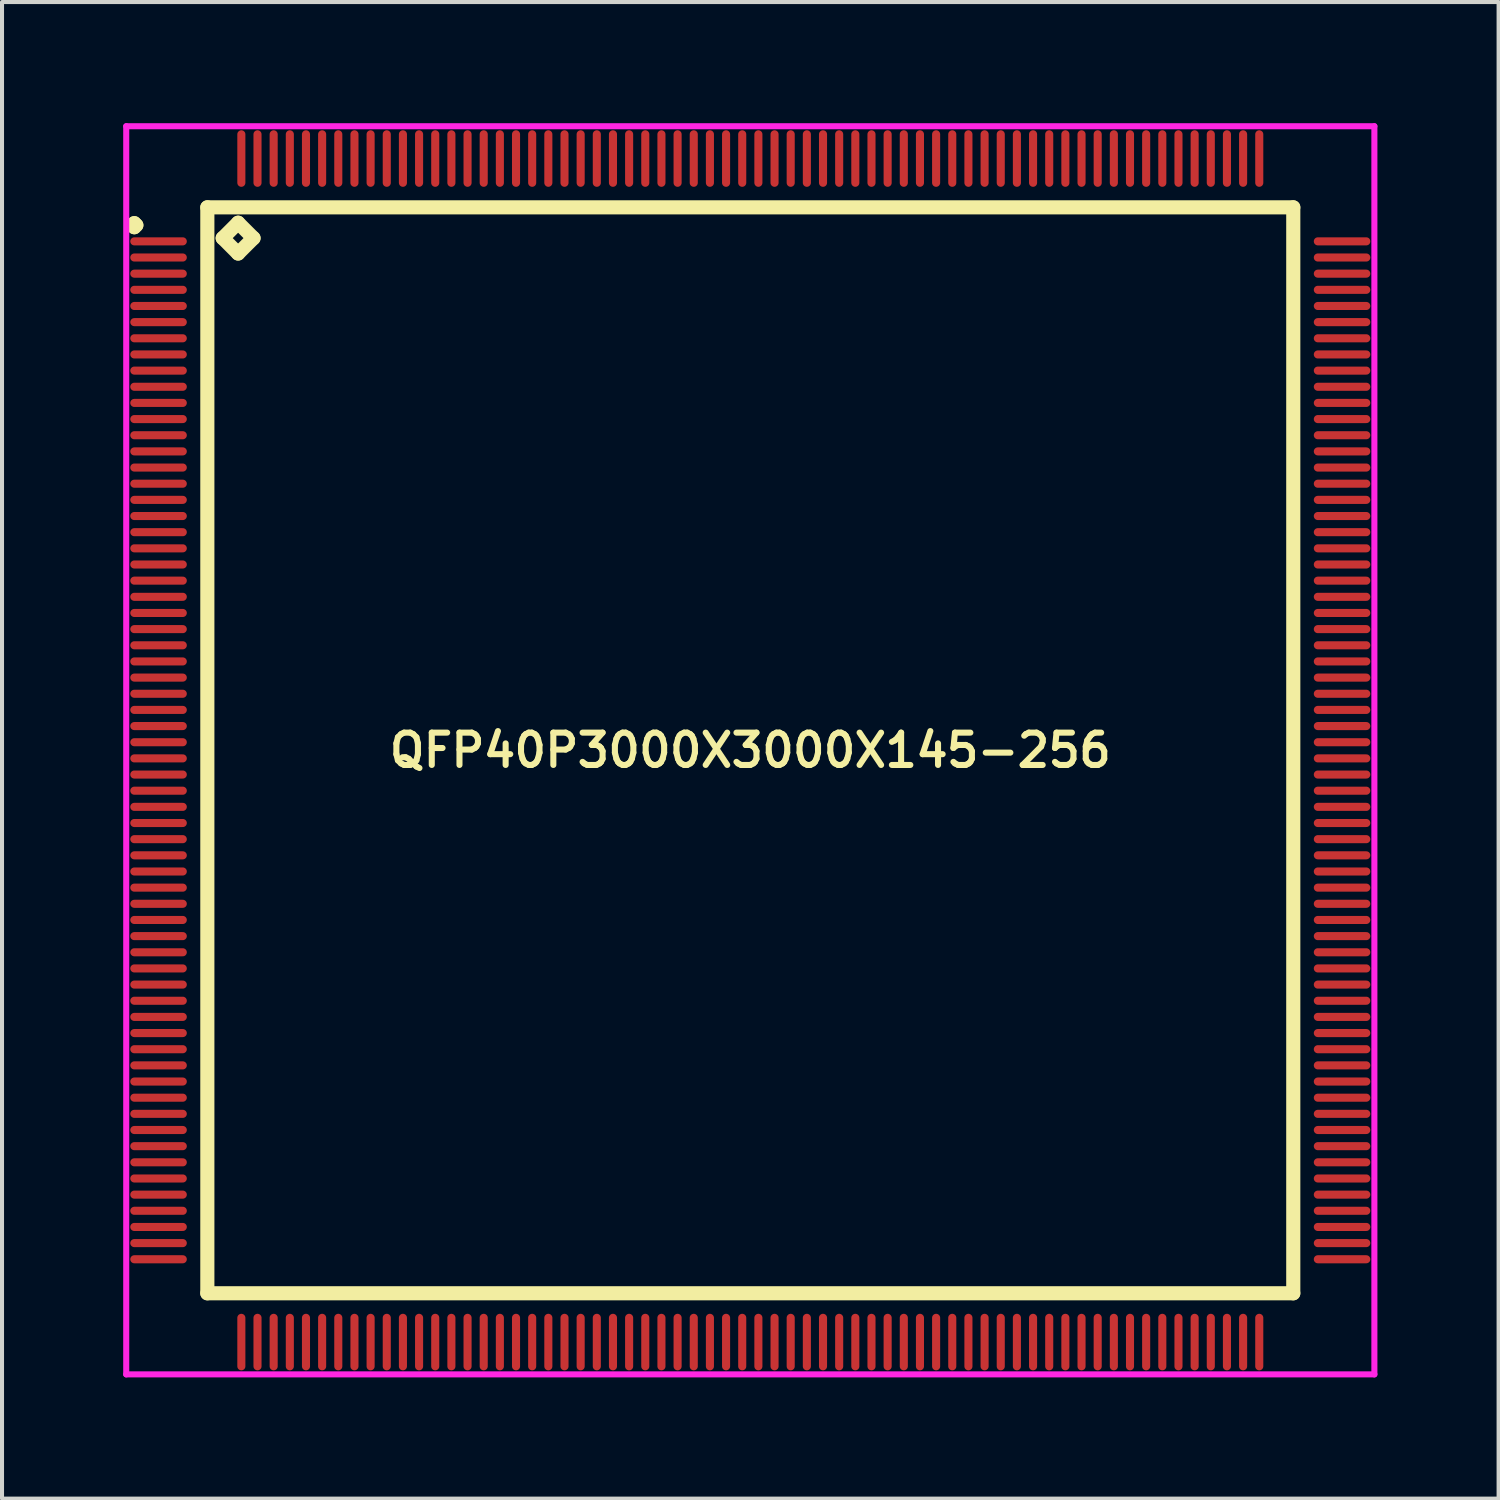
<source format=kicad_pcb>
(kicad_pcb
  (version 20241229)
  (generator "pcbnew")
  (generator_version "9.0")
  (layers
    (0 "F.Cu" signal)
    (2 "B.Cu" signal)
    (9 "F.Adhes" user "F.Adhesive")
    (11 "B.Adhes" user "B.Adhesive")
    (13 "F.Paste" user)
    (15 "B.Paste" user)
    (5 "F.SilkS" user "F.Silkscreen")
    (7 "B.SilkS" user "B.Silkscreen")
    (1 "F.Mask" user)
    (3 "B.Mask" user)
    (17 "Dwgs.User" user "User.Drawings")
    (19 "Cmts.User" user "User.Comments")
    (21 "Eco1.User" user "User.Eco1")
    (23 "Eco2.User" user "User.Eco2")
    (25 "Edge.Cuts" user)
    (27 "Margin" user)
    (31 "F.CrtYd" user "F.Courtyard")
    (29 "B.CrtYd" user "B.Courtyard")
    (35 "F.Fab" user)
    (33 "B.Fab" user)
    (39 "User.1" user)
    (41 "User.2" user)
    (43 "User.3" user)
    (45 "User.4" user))
  (footprint "QFP40P3000X3000X145-256"
    (layer "F.Cu")
    (at 15.525 15.525)
    (property "Reference" "QFP40P3000X3000X145-256" (at 0 0 0) (layer "F.SilkS") (effects (font (size 0.8 0.8) (thickness 0.15))))
    (attr through_hole)
    (fp_line (start -15.3 -13) (end -15.25 -13.05) (stroke (width 0.35) (type solid)) (layer "F.SilkS"))
    (fp_line (start -15.25 -13.05) (end -15.2 -13) (stroke (width 0.35) (type solid)) (layer "F.SilkS"))
    (fp_line (start -15.25 -12.95) (end -15.3 -13) (stroke (width 0.35) (type solid)) (layer "F.SilkS"))
    (fp_line (start -15.2 -13) (end -15.25 -12.95) (stroke (width 0.35) (type solid)) (layer "F.SilkS"))
    (fp_line (start -13.442 -13.442) (end -13.442 13.442) (stroke (width 0.35) (type solid)) (layer "F.SilkS"))
    (fp_line (start -13.442 13.442) (end 13.442 13.442) (stroke (width 0.35) (type solid)) (layer "F.SilkS"))
    (fp_line (start -13.061 -12.68) (end -12.68 -13.061) (stroke (width 0.35) (type solid)) (layer "F.SilkS"))
    (fp_line (start -12.68 -13.061) (end -12.299 -12.68) (stroke (width 0.35) (type solid)) (layer "F.SilkS"))
    (fp_line (start -12.68 -12.299) (end -13.061 -12.68) (stroke (width 0.35) (type solid)) (layer "F.SilkS"))
    (fp_line (start -12.299 -12.68) (end -12.68 -12.299) (stroke (width 0.35) (type solid)) (layer "F.SilkS"))
    (fp_line (start 13.442 -13.442) (end -13.442 -13.442) (stroke (width 0.35) (type solid)) (layer "F.SilkS"))
    (fp_line (start 13.442 13.442) (end 13.442 -13.442) (stroke (width 0.35) (type solid)) (layer "F.SilkS"))
    (fp_line (start -15.45 -15.45) (end 15.45 -15.45) (stroke (width 0.15) (type solid)) (layer "F.CrtYd"))
    (fp_line (start -15.45 15.45) (end -15.45 -15.45) (stroke (width 0.15) (type solid)) (layer "F.CrtYd"))
    (fp_line (start 15.45 -15.45) (end 15.45 15.45) (stroke (width 0.15) (type solid)) (layer "F.CrtYd"))
    (fp_line (start 15.45 15.45) (end -15.45 15.45) (stroke (width 0.15) (type solid)) (layer "F.CrtYd"))
    (pad "1" smd oval (at -14.65 -12.6) (size 1.4 0.2) (layers "F.Cu" "F.Mask" "F.Paste"))
    (pad "2" smd oval (at -14.65 -12.2) (size 1.4 0.2) (layers "F.Cu" "F.Mask" "F.Paste"))
    (pad "3" smd oval (at -14.65 -11.8) (size 1.4 0.2) (layers "F.Cu" "F.Mask" "F.Paste"))
    (pad "4" smd oval (at -14.65 -11.4) (size 1.4 0.2) (layers "F.Cu" "F.Mask" "F.Paste"))
    (pad "5" smd oval (at -14.65 -11) (size 1.4 0.2) (layers "F.Cu" "F.Mask" "F.Paste"))
    (pad "6" smd oval (at -14.65 -10.6) (size 1.4 0.2) (layers "F.Cu" "F.Mask" "F.Paste"))
    (pad "7" smd oval (at -14.65 -10.2) (size 1.4 0.2) (layers "F.Cu" "F.Mask" "F.Paste"))
    (pad "8" smd oval (at -14.65 -9.8) (size 1.4 0.2) (layers "F.Cu" "F.Mask" "F.Paste"))
    (pad "9" smd oval (at -14.65 -9.4) (size 1.4 0.2) (layers "F.Cu" "F.Mask" "F.Paste"))
    (pad "10" smd oval (at -14.65 -9) (size 1.4 0.2) (layers "F.Cu" "F.Mask" "F.Paste"))
    (pad "11" smd oval (at -14.65 -8.6) (size 1.4 0.2) (layers "F.Cu" "F.Mask" "F.Paste"))
    (pad "12" smd oval (at -14.65 -8.2) (size 1.4 0.2) (layers "F.Cu" "F.Mask" "F.Paste"))
    (pad "13" smd oval (at -14.65 -7.8) (size 1.4 0.2) (layers "F.Cu" "F.Mask" "F.Paste"))
    (pad "14" smd oval (at -14.65 -7.4) (size 1.4 0.2) (layers "F.Cu" "F.Mask" "F.Paste"))
    (pad "15" smd oval (at -14.65 -7) (size 1.4 0.2) (layers "F.Cu" "F.Mask" "F.Paste"))
    (pad "16" smd oval (at -14.65 -6.6) (size 1.4 0.2) (layers "F.Cu" "F.Mask" "F.Paste"))
    (pad "17" smd oval (at -14.65 -6.2) (size 1.4 0.2) (layers "F.Cu" "F.Mask" "F.Paste"))
    (pad "18" smd oval (at -14.65 -5.8) (size 1.4 0.2) (layers "F.Cu" "F.Mask" "F.Paste"))
    (pad "19" smd oval (at -14.65 -5.4) (size 1.4 0.2) (layers "F.Cu" "F.Mask" "F.Paste"))
    (pad "20" smd oval (at -14.65 -5) (size 1.4 0.2) (layers "F.Cu" "F.Mask" "F.Paste"))
    (pad "21" smd oval (at -14.65 -4.6) (size 1.4 0.2) (layers "F.Cu" "F.Mask" "F.Paste"))
    (pad "22" smd oval (at -14.65 -4.2) (size 1.4 0.2) (layers "F.Cu" "F.Mask" "F.Paste"))
    (pad "23" smd oval (at -14.65 -3.8) (size 1.4 0.2) (layers "F.Cu" "F.Mask" "F.Paste"))
    (pad "24" smd oval (at -14.65 -3.4) (size 1.4 0.2) (layers "F.Cu" "F.Mask" "F.Paste"))
    (pad "25" smd oval (at -14.65 -3) (size 1.4 0.2) (layers "F.Cu" "F.Mask" "F.Paste"))
    (pad "26" smd oval (at -14.65 -2.6) (size 1.4 0.2) (layers "F.Cu" "F.Mask" "F.Paste"))
    (pad "27" smd oval (at -14.65 -2.2) (size 1.4 0.2) (layers "F.Cu" "F.Mask" "F.Paste"))
    (pad "28" smd oval (at -14.65 -1.8) (size 1.4 0.2) (layers "F.Cu" "F.Mask" "F.Paste"))
    (pad "29" smd oval (at -14.65 -1.4) (size 1.4 0.2) (layers "F.Cu" "F.Mask" "F.Paste"))
    (pad "30" smd oval (at -14.65 -1) (size 1.4 0.2) (layers "F.Cu" "F.Mask" "F.Paste"))
    (pad "31" smd oval (at -14.65 -0.6) (size 1.4 0.2) (layers "F.Cu" "F.Mask" "F.Paste"))
    (pad "32" smd oval (at -14.65 -0.2) (size 1.4 0.2) (layers "F.Cu" "F.Mask" "F.Paste"))
    (pad "33" smd oval (at -14.65 0.2) (size 1.4 0.2) (layers "F.Cu" "F.Mask" "F.Paste"))
    (pad "34" smd oval (at -14.65 0.6) (size 1.4 0.2) (layers "F.Cu" "F.Mask" "F.Paste"))
    (pad "35" smd oval (at -14.65 1) (size 1.4 0.2) (layers "F.Cu" "F.Mask" "F.Paste"))
    (pad "36" smd oval (at -14.65 1.4) (size 1.4 0.2) (layers "F.Cu" "F.Mask" "F.Paste"))
    (pad "37" smd oval (at -14.65 1.8) (size 1.4 0.2) (layers "F.Cu" "F.Mask" "F.Paste"))
    (pad "38" smd oval (at -14.65 2.2) (size 1.4 0.2) (layers "F.Cu" "F.Mask" "F.Paste"))
    (pad "39" smd oval (at -14.65 2.6) (size 1.4 0.2) (layers "F.Cu" "F.Mask" "F.Paste"))
    (pad "40" smd oval (at -14.65 3) (size 1.4 0.2) (layers "F.Cu" "F.Mask" "F.Paste"))
    (pad "41" smd oval (at -14.65 3.4) (size 1.4 0.2) (layers "F.Cu" "F.Mask" "F.Paste"))
    (pad "42" smd oval (at -14.65 3.8) (size 1.4 0.2) (layers "F.Cu" "F.Mask" "F.Paste"))
    (pad "43" smd oval (at -14.65 4.2) (size 1.4 0.2) (layers "F.Cu" "F.Mask" "F.Paste"))
    (pad "44" smd oval (at -14.65 4.6) (size 1.4 0.2) (layers "F.Cu" "F.Mask" "F.Paste"))
    (pad "45" smd oval (at -14.65 5) (size 1.4 0.2) (layers "F.Cu" "F.Mask" "F.Paste"))
    (pad "46" smd oval (at -14.65 5.4) (size 1.4 0.2) (layers "F.Cu" "F.Mask" "F.Paste"))
    (pad "47" smd oval (at -14.65 5.8) (size 1.4 0.2) (layers "F.Cu" "F.Mask" "F.Paste"))
    (pad "48" smd oval (at -14.65 6.2) (size 1.4 0.2) (layers "F.Cu" "F.Mask" "F.Paste"))
    (pad "49" smd oval (at -14.65 6.6) (size 1.4 0.2) (layers "F.Cu" "F.Mask" "F.Paste"))
    (pad "50" smd oval (at -14.65 7) (size 1.4 0.2) (layers "F.Cu" "F.Mask" "F.Paste"))
    (pad "51" smd oval (at -14.65 7.4) (size 1.4 0.2) (layers "F.Cu" "F.Mask" "F.Paste"))
    (pad "52" smd oval (at -14.65 7.8) (size 1.4 0.2) (layers "F.Cu" "F.Mask" "F.Paste"))
    (pad "53" smd oval (at -14.65 8.2) (size 1.4 0.2) (layers "F.Cu" "F.Mask" "F.Paste"))
    (pad "54" smd oval (at -14.65 8.6) (size 1.4 0.2) (layers "F.Cu" "F.Mask" "F.Paste"))
    (pad "55" smd oval (at -14.65 9) (size 1.4 0.2) (layers "F.Cu" "F.Mask" "F.Paste"))
    (pad "56" smd oval (at -14.65 9.4) (size 1.4 0.2) (layers "F.Cu" "F.Mask" "F.Paste"))
    (pad "57" smd oval (at -14.65 9.8) (size 1.4 0.2) (layers "F.Cu" "F.Mask" "F.Paste"))
    (pad "58" smd oval (at -14.65 10.2) (size 1.4 0.2) (layers "F.Cu" "F.Mask" "F.Paste"))
    (pad "59" smd oval (at -14.65 10.6) (size 1.4 0.2) (layers "F.Cu" "F.Mask" "F.Paste"))
    (pad "60" smd oval (at -14.65 11) (size 1.4 0.2) (layers "F.Cu" "F.Mask" "F.Paste"))
    (pad "61" smd oval (at -14.65 11.4) (size 1.4 0.2) (layers "F.Cu" "F.Mask" "F.Paste"))
    (pad "62" smd oval (at -14.65 11.8) (size 1.4 0.2) (layers "F.Cu" "F.Mask" "F.Paste"))
    (pad "63" smd oval (at -14.65 12.2) (size 1.4 0.2) (layers "F.Cu" "F.Mask" "F.Paste"))
    (pad "64" smd oval (at -14.65 12.6) (size 1.4 0.2) (layers "F.Cu" "F.Mask" "F.Paste"))
    (pad "65" smd oval (at -12.6 14.65) (size 0.2 1.4) (layers "F.Cu" "F.Mask" "F.Paste"))
    (pad "66" smd oval (at -12.2 14.65) (size 0.2 1.4) (layers "F.Cu" "F.Mask" "F.Paste"))
    (pad "67" smd oval (at -11.8 14.65) (size 0.2 1.4) (layers "F.Cu" "F.Mask" "F.Paste"))
    (pad "68" smd oval (at -11.4 14.65) (size 0.2 1.4) (layers "F.Cu" "F.Mask" "F.Paste"))
    (pad "69" smd oval (at -11 14.65) (size 0.2 1.4) (layers "F.Cu" "F.Mask" "F.Paste"))
    (pad "70" smd oval (at -10.6 14.65) (size 0.2 1.4) (layers "F.Cu" "F.Mask" "F.Paste"))
    (pad "71" smd oval (at -10.2 14.65) (size 0.2 1.4) (layers "F.Cu" "F.Mask" "F.Paste"))
    (pad "72" smd oval (at -9.8 14.65) (size 0.2 1.4) (layers "F.Cu" "F.Mask" "F.Paste"))
    (pad "73" smd oval (at -9.4 14.65) (size 0.2 1.4) (layers "F.Cu" "F.Mask" "F.Paste"))
    (pad "74" smd oval (at -9 14.65) (size 0.2 1.4) (layers "F.Cu" "F.Mask" "F.Paste"))
    (pad "75" smd oval (at -8.6 14.65) (size 0.2 1.4) (layers "F.Cu" "F.Mask" "F.Paste"))
    (pad "76" smd oval (at -8.2 14.65) (size 0.2 1.4) (layers "F.Cu" "F.Mask" "F.Paste"))
    (pad "77" smd oval (at -7.8 14.65) (size 0.2 1.4) (layers "F.Cu" "F.Mask" "F.Paste"))
    (pad "78" smd oval (at -7.4 14.65) (size 0.2 1.4) (layers "F.Cu" "F.Mask" "F.Paste"))
    (pad "79" smd oval (at -7 14.65) (size 0.2 1.4) (layers "F.Cu" "F.Mask" "F.Paste"))
    (pad "80" smd oval (at -6.6 14.65) (size 0.2 1.4) (layers "F.Cu" "F.Mask" "F.Paste"))
    (pad "81" smd oval (at -6.2 14.65) (size 0.2 1.4) (layers "F.Cu" "F.Mask" "F.Paste"))
    (pad "82" smd oval (at -5.8 14.65) (size 0.2 1.4) (layers "F.Cu" "F.Mask" "F.Paste"))
    (pad "83" smd oval (at -5.4 14.65) (size 0.2 1.4) (layers "F.Cu" "F.Mask" "F.Paste"))
    (pad "84" smd oval (at -5 14.65) (size 0.2 1.4) (layers "F.Cu" "F.Mask" "F.Paste"))
    (pad "85" smd oval (at -4.6 14.65) (size 0.2 1.4) (layers "F.Cu" "F.Mask" "F.Paste"))
    (pad "86" smd oval (at -4.2 14.65) (size 0.2 1.4) (layers "F.Cu" "F.Mask" "F.Paste"))
    (pad "87" smd oval (at -3.8 14.65) (size 0.2 1.4) (layers "F.Cu" "F.Mask" "F.Paste"))
    (pad "88" smd oval (at -3.4 14.65) (size 0.2 1.4) (layers "F.Cu" "F.Mask" "F.Paste"))
    (pad "89" smd oval (at -3 14.65) (size 0.2 1.4) (layers "F.Cu" "F.Mask" "F.Paste"))
    (pad "90" smd oval (at -2.6 14.65) (size 0.2 1.4) (layers "F.Cu" "F.Mask" "F.Paste"))
    (pad "91" smd oval (at -2.2 14.65) (size 0.2 1.4) (layers "F.Cu" "F.Mask" "F.Paste"))
    (pad "92" smd oval (at -1.8 14.65) (size 0.2 1.4) (layers "F.Cu" "F.Mask" "F.Paste"))
    (pad "93" smd oval (at -1.4 14.65) (size 0.2 1.4) (layers "F.Cu" "F.Mask" "F.Paste"))
    (pad "94" smd oval (at -1 14.65) (size 0.2 1.4) (layers "F.Cu" "F.Mask" "F.Paste"))
    (pad "95" smd oval (at -0.6 14.65) (size 0.2 1.4) (layers "F.Cu" "F.Mask" "F.Paste"))
    (pad "96" smd oval (at -0.2 14.65) (size 0.2 1.4) (layers "F.Cu" "F.Mask" "F.Paste"))
    (pad "97" smd oval (at 0.2 14.65) (size 0.2 1.4) (layers "F.Cu" "F.Mask" "F.Paste"))
    (pad "98" smd oval (at 0.6 14.65) (size 0.2 1.4) (layers "F.Cu" "F.Mask" "F.Paste"))
    (pad "99" smd oval (at 1 14.65) (size 0.2 1.4) (layers "F.Cu" "F.Mask" "F.Paste"))
    (pad "100" smd oval (at 1.4 14.65) (size 0.2 1.4) (layers "F.Cu" "F.Mask" "F.Paste"))
    (pad "101" smd oval (at 1.8 14.65) (size 0.2 1.4) (layers "F.Cu" "F.Mask" "F.Paste"))
    (pad "102" smd oval (at 2.2 14.65) (size 0.2 1.4) (layers "F.Cu" "F.Mask" "F.Paste"))
    (pad "103" smd oval (at 2.6 14.65) (size 0.2 1.4) (layers "F.Cu" "F.Mask" "F.Paste"))
    (pad "104" smd oval (at 3 14.65) (size 0.2 1.4) (layers "F.Cu" "F.Mask" "F.Paste"))
    (pad "105" smd oval (at 3.4 14.65) (size 0.2 1.4) (layers "F.Cu" "F.Mask" "F.Paste"))
    (pad "106" smd oval (at 3.8 14.65) (size 0.2 1.4) (layers "F.Cu" "F.Mask" "F.Paste"))
    (pad "107" smd oval (at 4.2 14.65) (size 0.2 1.4) (layers "F.Cu" "F.Mask" "F.Paste"))
    (pad "108" smd oval (at 4.6 14.65) (size 0.2 1.4) (layers "F.Cu" "F.Mask" "F.Paste"))
    (pad "109" smd oval (at 5 14.65) (size 0.2 1.4) (layers "F.Cu" "F.Mask" "F.Paste"))
    (pad "110" smd oval (at 5.4 14.65) (size 0.2 1.4) (layers "F.Cu" "F.Mask" "F.Paste"))
    (pad "111" smd oval (at 5.8 14.65) (size 0.2 1.4) (layers "F.Cu" "F.Mask" "F.Paste"))
    (pad "112" smd oval (at 6.2 14.65) (size 0.2 1.4) (layers "F.Cu" "F.Mask" "F.Paste"))
    (pad "113" smd oval (at 6.6 14.65) (size 0.2 1.4) (layers "F.Cu" "F.Mask" "F.Paste"))
    (pad "114" smd oval (at 7 14.65) (size 0.2 1.4) (layers "F.Cu" "F.Mask" "F.Paste"))
    (pad "115" smd oval (at 7.4 14.65) (size 0.2 1.4) (layers "F.Cu" "F.Mask" "F.Paste"))
    (pad "116" smd oval (at 7.8 14.65) (size 0.2 1.4) (layers "F.Cu" "F.Mask" "F.Paste"))
    (pad "117" smd oval (at 8.2 14.65) (size 0.2 1.4) (layers "F.Cu" "F.Mask" "F.Paste"))
    (pad "118" smd oval (at 8.6 14.65) (size 0.2 1.4) (layers "F.Cu" "F.Mask" "F.Paste"))
    (pad "119" smd oval (at 9 14.65) (size 0.2 1.4) (layers "F.Cu" "F.Mask" "F.Paste"))
    (pad "120" smd oval (at 9.4 14.65) (size 0.2 1.4) (layers "F.Cu" "F.Mask" "F.Paste"))
    (pad "121" smd oval (at 9.8 14.65) (size 0.2 1.4) (layers "F.Cu" "F.Mask" "F.Paste"))
    (pad "122" smd oval (at 10.2 14.65) (size 0.2 1.4) (layers "F.Cu" "F.Mask" "F.Paste"))
    (pad "123" smd oval (at 10.6 14.65) (size 0.2 1.4) (layers "F.Cu" "F.Mask" "F.Paste"))
    (pad "124" smd oval (at 11 14.65) (size 0.2 1.4) (layers "F.Cu" "F.Mask" "F.Paste"))
    (pad "125" smd oval (at 11.4 14.65) (size 0.2 1.4) (layers "F.Cu" "F.Mask" "F.Paste"))
    (pad "126" smd oval (at 11.8 14.65) (size 0.2 1.4) (layers "F.Cu" "F.Mask" "F.Paste"))
    (pad "127" smd oval (at 12.2 14.65) (size 0.2 1.4) (layers "F.Cu" "F.Mask" "F.Paste"))
    (pad "128" smd oval (at 12.6 14.65) (size 0.2 1.4) (layers "F.Cu" "F.Mask" "F.Paste"))
    (pad "129" smd oval (at 14.65 12.6) (size 1.4 0.2) (layers "F.Cu" "F.Mask" "F.Paste"))
    (pad "130" smd oval (at 14.65 12.2) (size 1.4 0.2) (layers "F.Cu" "F.Mask" "F.Paste"))
    (pad "131" smd oval (at 14.65 11.8) (size 1.4 0.2) (layers "F.Cu" "F.Mask" "F.Paste"))
    (pad "132" smd oval (at 14.65 11.4) (size 1.4 0.2) (layers "F.Cu" "F.Mask" "F.Paste"))
    (pad "133" smd oval (at 14.65 11) (size 1.4 0.2) (layers "F.Cu" "F.Mask" "F.Paste"))
    (pad "134" smd oval (at 14.65 10.6) (size 1.4 0.2) (layers "F.Cu" "F.Mask" "F.Paste"))
    (pad "135" smd oval (at 14.65 10.2) (size 1.4 0.2) (layers "F.Cu" "F.Mask" "F.Paste"))
    (pad "136" smd oval (at 14.65 9.8) (size 1.4 0.2) (layers "F.Cu" "F.Mask" "F.Paste"))
    (pad "137" smd oval (at 14.65 9.4) (size 1.4 0.2) (layers "F.Cu" "F.Mask" "F.Paste"))
    (pad "138" smd oval (at 14.65 9) (size 1.4 0.2) (layers "F.Cu" "F.Mask" "F.Paste"))
    (pad "139" smd oval (at 14.65 8.6) (size 1.4 0.2) (layers "F.Cu" "F.Mask" "F.Paste"))
    (pad "140" smd oval (at 14.65 8.2) (size 1.4 0.2) (layers "F.Cu" "F.Mask" "F.Paste"))
    (pad "141" smd oval (at 14.65 7.8) (size 1.4 0.2) (layers "F.Cu" "F.Mask" "F.Paste"))
    (pad "142" smd oval (at 14.65 7.4) (size 1.4 0.2) (layers "F.Cu" "F.Mask" "F.Paste"))
    (pad "143" smd oval (at 14.65 7) (size 1.4 0.2) (layers "F.Cu" "F.Mask" "F.Paste"))
    (pad "144" smd oval (at 14.65 6.6) (size 1.4 0.2) (layers "F.Cu" "F.Mask" "F.Paste"))
    (pad "145" smd oval (at 14.65 6.2) (size 1.4 0.2) (layers "F.Cu" "F.Mask" "F.Paste"))
    (pad "146" smd oval (at 14.65 5.8) (size 1.4 0.2) (layers "F.Cu" "F.Mask" "F.Paste"))
    (pad "147" smd oval (at 14.65 5.4) (size 1.4 0.2) (layers "F.Cu" "F.Mask" "F.Paste"))
    (pad "148" smd oval (at 14.65 5) (size 1.4 0.2) (layers "F.Cu" "F.Mask" "F.Paste"))
    (pad "149" smd oval (at 14.65 4.6) (size 1.4 0.2) (layers "F.Cu" "F.Mask" "F.Paste"))
    (pad "150" smd oval (at 14.65 4.2) (size 1.4 0.2) (layers "F.Cu" "F.Mask" "F.Paste"))
    (pad "151" smd oval (at 14.65 3.8) (size 1.4 0.2) (layers "F.Cu" "F.Mask" "F.Paste"))
    (pad "152" smd oval (at 14.65 3.4) (size 1.4 0.2) (layers "F.Cu" "F.Mask" "F.Paste"))
    (pad "153" smd oval (at 14.65 3) (size 1.4 0.2) (layers "F.Cu" "F.Mask" "F.Paste"))
    (pad "154" smd oval (at 14.65 2.6) (size 1.4 0.2) (layers "F.Cu" "F.Mask" "F.Paste"))
    (pad "155" smd oval (at 14.65 2.2) (size 1.4 0.2) (layers "F.Cu" "F.Mask" "F.Paste"))
    (pad "156" smd oval (at 14.65 1.8) (size 1.4 0.2) (layers "F.Cu" "F.Mask" "F.Paste"))
    (pad "157" smd oval (at 14.65 1.4) (size 1.4 0.2) (layers "F.Cu" "F.Mask" "F.Paste"))
    (pad "158" smd oval (at 14.65 1) (size 1.4 0.2) (layers "F.Cu" "F.Mask" "F.Paste"))
    (pad "159" smd oval (at 14.65 0.6) (size 1.4 0.2) (layers "F.Cu" "F.Mask" "F.Paste"))
    (pad "160" smd oval (at 14.65 0.2) (size 1.4 0.2) (layers "F.Cu" "F.Mask" "F.Paste"))
    (pad "161" smd oval (at 14.65 -0.2) (size 1.4 0.2) (layers "F.Cu" "F.Mask" "F.Paste"))
    (pad "162" smd oval (at 14.65 -0.6) (size 1.4 0.2) (layers "F.Cu" "F.Mask" "F.Paste"))
    (pad "163" smd oval (at 14.65 -1) (size 1.4 0.2) (layers "F.Cu" "F.Mask" "F.Paste"))
    (pad "164" smd oval (at 14.65 -1.4) (size 1.4 0.2) (layers "F.Cu" "F.Mask" "F.Paste"))
    (pad "165" smd oval (at 14.65 -1.8) (size 1.4 0.2) (layers "F.Cu" "F.Mask" "F.Paste"))
    (pad "166" smd oval (at 14.65 -2.2) (size 1.4 0.2) (layers "F.Cu" "F.Mask" "F.Paste"))
    (pad "167" smd oval (at 14.65 -2.6) (size 1.4 0.2) (layers "F.Cu" "F.Mask" "F.Paste"))
    (pad "168" smd oval (at 14.65 -3) (size 1.4 0.2) (layers "F.Cu" "F.Mask" "F.Paste"))
    (pad "169" smd oval (at 14.65 -3.4) (size 1.4 0.2) (layers "F.Cu" "F.Mask" "F.Paste"))
    (pad "170" smd oval (at 14.65 -3.8) (size 1.4 0.2) (layers "F.Cu" "F.Mask" "F.Paste"))
    (pad "171" smd oval (at 14.65 -4.2) (size 1.4 0.2) (layers "F.Cu" "F.Mask" "F.Paste"))
    (pad "172" smd oval (at 14.65 -4.6) (size 1.4 0.2) (layers "F.Cu" "F.Mask" "F.Paste"))
    (pad "173" smd oval (at 14.65 -5) (size 1.4 0.2) (layers "F.Cu" "F.Mask" "F.Paste"))
    (pad "174" smd oval (at 14.65 -5.4) (size 1.4 0.2) (layers "F.Cu" "F.Mask" "F.Paste"))
    (pad "175" smd oval (at 14.65 -5.8) (size 1.4 0.2) (layers "F.Cu" "F.Mask" "F.Paste"))
    (pad "176" smd oval (at 14.65 -6.2) (size 1.4 0.2) (layers "F.Cu" "F.Mask" "F.Paste"))
    (pad "177" smd oval (at 14.65 -6.6) (size 1.4 0.2) (layers "F.Cu" "F.Mask" "F.Paste"))
    (pad "178" smd oval (at 14.65 -7) (size 1.4 0.2) (layers "F.Cu" "F.Mask" "F.Paste"))
    (pad "179" smd oval (at 14.65 -7.4) (size 1.4 0.2) (layers "F.Cu" "F.Mask" "F.Paste"))
    (pad "180" smd oval (at 14.65 -7.8) (size 1.4 0.2) (layers "F.Cu" "F.Mask" "F.Paste"))
    (pad "181" smd oval (at 14.65 -8.2) (size 1.4 0.2) (layers "F.Cu" "F.Mask" "F.Paste"))
    (pad "182" smd oval (at 14.65 -8.6) (size 1.4 0.2) (layers "F.Cu" "F.Mask" "F.Paste"))
    (pad "183" smd oval (at 14.65 -9) (size 1.4 0.2) (layers "F.Cu" "F.Mask" "F.Paste"))
    (pad "184" smd oval (at 14.65 -9.4) (size 1.4 0.2) (layers "F.Cu" "F.Mask" "F.Paste"))
    (pad "185" smd oval (at 14.65 -9.8) (size 1.4 0.2) (layers "F.Cu" "F.Mask" "F.Paste"))
    (pad "186" smd oval (at 14.65 -10.2) (size 1.4 0.2) (layers "F.Cu" "F.Mask" "F.Paste"))
    (pad "187" smd oval (at 14.65 -10.6) (size 1.4 0.2) (layers "F.Cu" "F.Mask" "F.Paste"))
    (pad "188" smd oval (at 14.65 -11) (size 1.4 0.2) (layers "F.Cu" "F.Mask" "F.Paste"))
    (pad "189" smd oval (at 14.65 -11.4) (size 1.4 0.2) (layers "F.Cu" "F.Mask" "F.Paste"))
    (pad "190" smd oval (at 14.65 -11.8) (size 1.4 0.2) (layers "F.Cu" "F.Mask" "F.Paste"))
    (pad "191" smd oval (at 14.65 -12.2) (size 1.4 0.2) (layers "F.Cu" "F.Mask" "F.Paste"))
    (pad "192" smd oval (at 14.65 -12.6) (size 1.4 0.2) (layers "F.Cu" "F.Mask" "F.Paste"))
    (pad "193" smd oval (at 12.6 -14.65) (size 0.2 1.4) (layers "F.Cu" "F.Mask" "F.Paste"))
    (pad "194" smd oval (at 12.2 -14.65) (size 0.2 1.4) (layers "F.Cu" "F.Mask" "F.Paste"))
    (pad "195" smd oval (at 11.8 -14.65) (size 0.2 1.4) (layers "F.Cu" "F.Mask" "F.Paste"))
    (pad "196" smd oval (at 11.4 -14.65) (size 0.2 1.4) (layers "F.Cu" "F.Mask" "F.Paste"))
    (pad "197" smd oval (at 11 -14.65) (size 0.2 1.4) (layers "F.Cu" "F.Mask" "F.Paste"))
    (pad "198" smd oval (at 10.6 -14.65) (size 0.2 1.4) (layers "F.Cu" "F.Mask" "F.Paste"))
    (pad "199" smd oval (at 10.2 -14.65) (size 0.2 1.4) (layers "F.Cu" "F.Mask" "F.Paste"))
    (pad "200" smd oval (at 9.8 -14.65) (size 0.2 1.4) (layers "F.Cu" "F.Mask" "F.Paste"))
    (pad "201" smd oval (at 9.4 -14.65) (size 0.2 1.4) (layers "F.Cu" "F.Mask" "F.Paste"))
    (pad "202" smd oval (at 9 -14.65) (size 0.2 1.4) (layers "F.Cu" "F.Mask" "F.Paste"))
    (pad "203" smd oval (at 8.6 -14.65) (size 0.2 1.4) (layers "F.Cu" "F.Mask" "F.Paste"))
    (pad "204" smd oval (at 8.2 -14.65) (size 0.2 1.4) (layers "F.Cu" "F.Mask" "F.Paste"))
    (pad "205" smd oval (at 7.8 -14.65) (size 0.2 1.4) (layers "F.Cu" "F.Mask" "F.Paste"))
    (pad "206" smd oval (at 7.4 -14.65) (size 0.2 1.4) (layers "F.Cu" "F.Mask" "F.Paste"))
    (pad "207" smd oval (at 7 -14.65) (size 0.2 1.4) (layers "F.Cu" "F.Mask" "F.Paste"))
    (pad "208" smd oval (at 6.6 -14.65) (size 0.2 1.4) (layers "F.Cu" "F.Mask" "F.Paste"))
    (pad "209" smd oval (at 6.2 -14.65) (size 0.2 1.4) (layers "F.Cu" "F.Mask" "F.Paste"))
    (pad "210" smd oval (at 5.8 -14.65) (size 0.2 1.4) (layers "F.Cu" "F.Mask" "F.Paste"))
    (pad "211" smd oval (at 5.4 -14.65) (size 0.2 1.4) (layers "F.Cu" "F.Mask" "F.Paste"))
    (pad "212" smd oval (at 5 -14.65) (size 0.2 1.4) (layers "F.Cu" "F.Mask" "F.Paste"))
    (pad "213" smd oval (at 4.6 -14.65) (size 0.2 1.4) (layers "F.Cu" "F.Mask" "F.Paste"))
    (pad "214" smd oval (at 4.2 -14.65) (size 0.2 1.4) (layers "F.Cu" "F.Mask" "F.Paste"))
    (pad "215" smd oval (at 3.8 -14.65) (size 0.2 1.4) (layers "F.Cu" "F.Mask" "F.Paste"))
    (pad "216" smd oval (at 3.4 -14.65) (size 0.2 1.4) (layers "F.Cu" "F.Mask" "F.Paste"))
    (pad "217" smd oval (at 3 -14.65) (size 0.2 1.4) (layers "F.Cu" "F.Mask" "F.Paste"))
    (pad "218" smd oval (at 2.6 -14.65) (size 0.2 1.4) (layers "F.Cu" "F.Mask" "F.Paste"))
    (pad "219" smd oval (at 2.2 -14.65) (size 0.2 1.4) (layers "F.Cu" "F.Mask" "F.Paste"))
    (pad "220" smd oval (at 1.8 -14.65) (size 0.2 1.4) (layers "F.Cu" "F.Mask" "F.Paste"))
    (pad "221" smd oval (at 1.4 -14.65) (size 0.2 1.4) (layers "F.Cu" "F.Mask" "F.Paste"))
    (pad "222" smd oval (at 1 -14.65) (size 0.2 1.4) (layers "F.Cu" "F.Mask" "F.Paste"))
    (pad "223" smd oval (at 0.6 -14.65) (size 0.2 1.4) (layers "F.Cu" "F.Mask" "F.Paste"))
    (pad "224" smd oval (at 0.2 -14.65) (size 0.2 1.4) (layers "F.Cu" "F.Mask" "F.Paste"))
    (pad "225" smd oval (at -0.2 -14.65) (size 0.2 1.4) (layers "F.Cu" "F.Mask" "F.Paste"))
    (pad "226" smd oval (at -0.6 -14.65) (size 0.2 1.4) (layers "F.Cu" "F.Mask" "F.Paste"))
    (pad "227" smd oval (at -1 -14.65) (size 0.2 1.4) (layers "F.Cu" "F.Mask" "F.Paste"))
    (pad "228" smd oval (at -1.4 -14.65) (size 0.2 1.4) (layers "F.Cu" "F.Mask" "F.Paste"))
    (pad "229" smd oval (at -1.8 -14.65) (size 0.2 1.4) (layers "F.Cu" "F.Mask" "F.Paste"))
    (pad "230" smd oval (at -2.2 -14.65) (size 0.2 1.4) (layers "F.Cu" "F.Mask" "F.Paste"))
    (pad "231" smd oval (at -2.6 -14.65) (size 0.2 1.4) (layers "F.Cu" "F.Mask" "F.Paste"))
    (pad "232" smd oval (at -3 -14.65) (size 0.2 1.4) (layers "F.Cu" "F.Mask" "F.Paste"))
    (pad "233" smd oval (at -3.4 -14.65) (size 0.2 1.4) (layers "F.Cu" "F.Mask" "F.Paste"))
    (pad "234" smd oval (at -3.8 -14.65) (size 0.2 1.4) (layers "F.Cu" "F.Mask" "F.Paste"))
    (pad "235" smd oval (at -4.2 -14.65) (size 0.2 1.4) (layers "F.Cu" "F.Mask" "F.Paste"))
    (pad "236" smd oval (at -4.6 -14.65) (size 0.2 1.4) (layers "F.Cu" "F.Mask" "F.Paste"))
    (pad "237" smd oval (at -5 -14.65) (size 0.2 1.4) (layers "F.Cu" "F.Mask" "F.Paste"))
    (pad "238" smd oval (at -5.4 -14.65) (size 0.2 1.4) (layers "F.Cu" "F.Mask" "F.Paste"))
    (pad "239" smd oval (at -5.8 -14.65) (size 0.2 1.4) (layers "F.Cu" "F.Mask" "F.Paste"))
    (pad "240" smd oval (at -6.2 -14.65) (size 0.2 1.4) (layers "F.Cu" "F.Mask" "F.Paste"))
    (pad "241" smd oval (at -6.6 -14.65) (size 0.2 1.4) (layers "F.Cu" "F.Mask" "F.Paste"))
    (pad "242" smd oval (at -7 -14.65) (size 0.2 1.4) (layers "F.Cu" "F.Mask" "F.Paste"))
    (pad "243" smd oval (at -7.4 -14.65) (size 0.2 1.4) (layers "F.Cu" "F.Mask" "F.Paste"))
    (pad "244" smd oval (at -7.8 -14.65) (size 0.2 1.4) (layers "F.Cu" "F.Mask" "F.Paste"))
    (pad "245" smd oval (at -8.2 -14.65) (size 0.2 1.4) (layers "F.Cu" "F.Mask" "F.Paste"))
    (pad "246" smd oval (at -8.6 -14.65) (size 0.2 1.4) (layers "F.Cu" "F.Mask" "F.Paste"))
    (pad "247" smd oval (at -9 -14.65) (size 0.2 1.4) (layers "F.Cu" "F.Mask" "F.Paste"))
    (pad "248" smd oval (at -9.4 -14.65) (size 0.2 1.4) (layers "F.Cu" "F.Mask" "F.Paste"))
    (pad "249" smd oval (at -9.8 -14.65) (size 0.2 1.4) (layers "F.Cu" "F.Mask" "F.Paste"))
    (pad "250" smd oval (at -10.2 -14.65) (size 0.2 1.4) (layers "F.Cu" "F.Mask" "F.Paste"))
    (pad "251" smd oval (at -10.6 -14.65) (size 0.2 1.4) (layers "F.Cu" "F.Mask" "F.Paste"))
    (pad "252" smd oval (at -11 -14.65) (size 0.2 1.4) (layers "F.Cu" "F.Mask" "F.Paste"))
    (pad "253" smd oval (at -11.4 -14.65) (size 0.2 1.4) (layers "F.Cu" "F.Mask" "F.Paste"))
    (pad "254" smd oval (at -11.8 -14.65) (size 0.2 1.4) (layers "F.Cu" "F.Mask" "F.Paste"))
    (pad "255" smd oval (at -12.2 -14.65) (size 0.2 1.4) (layers "F.Cu" "F.Mask" "F.Paste"))
    (pad "256" smd oval (at -12.6 -14.65) (size 0.2 1.4) (layers "F.Cu" "F.Mask" "F.Paste")))
  (gr_rect
    (start -3 -3)
    (end 34.05 34.05)
    (stroke (width 0.1) (type default))
    (fill no)
    (layer "Edge.Cuts")))
</source>
